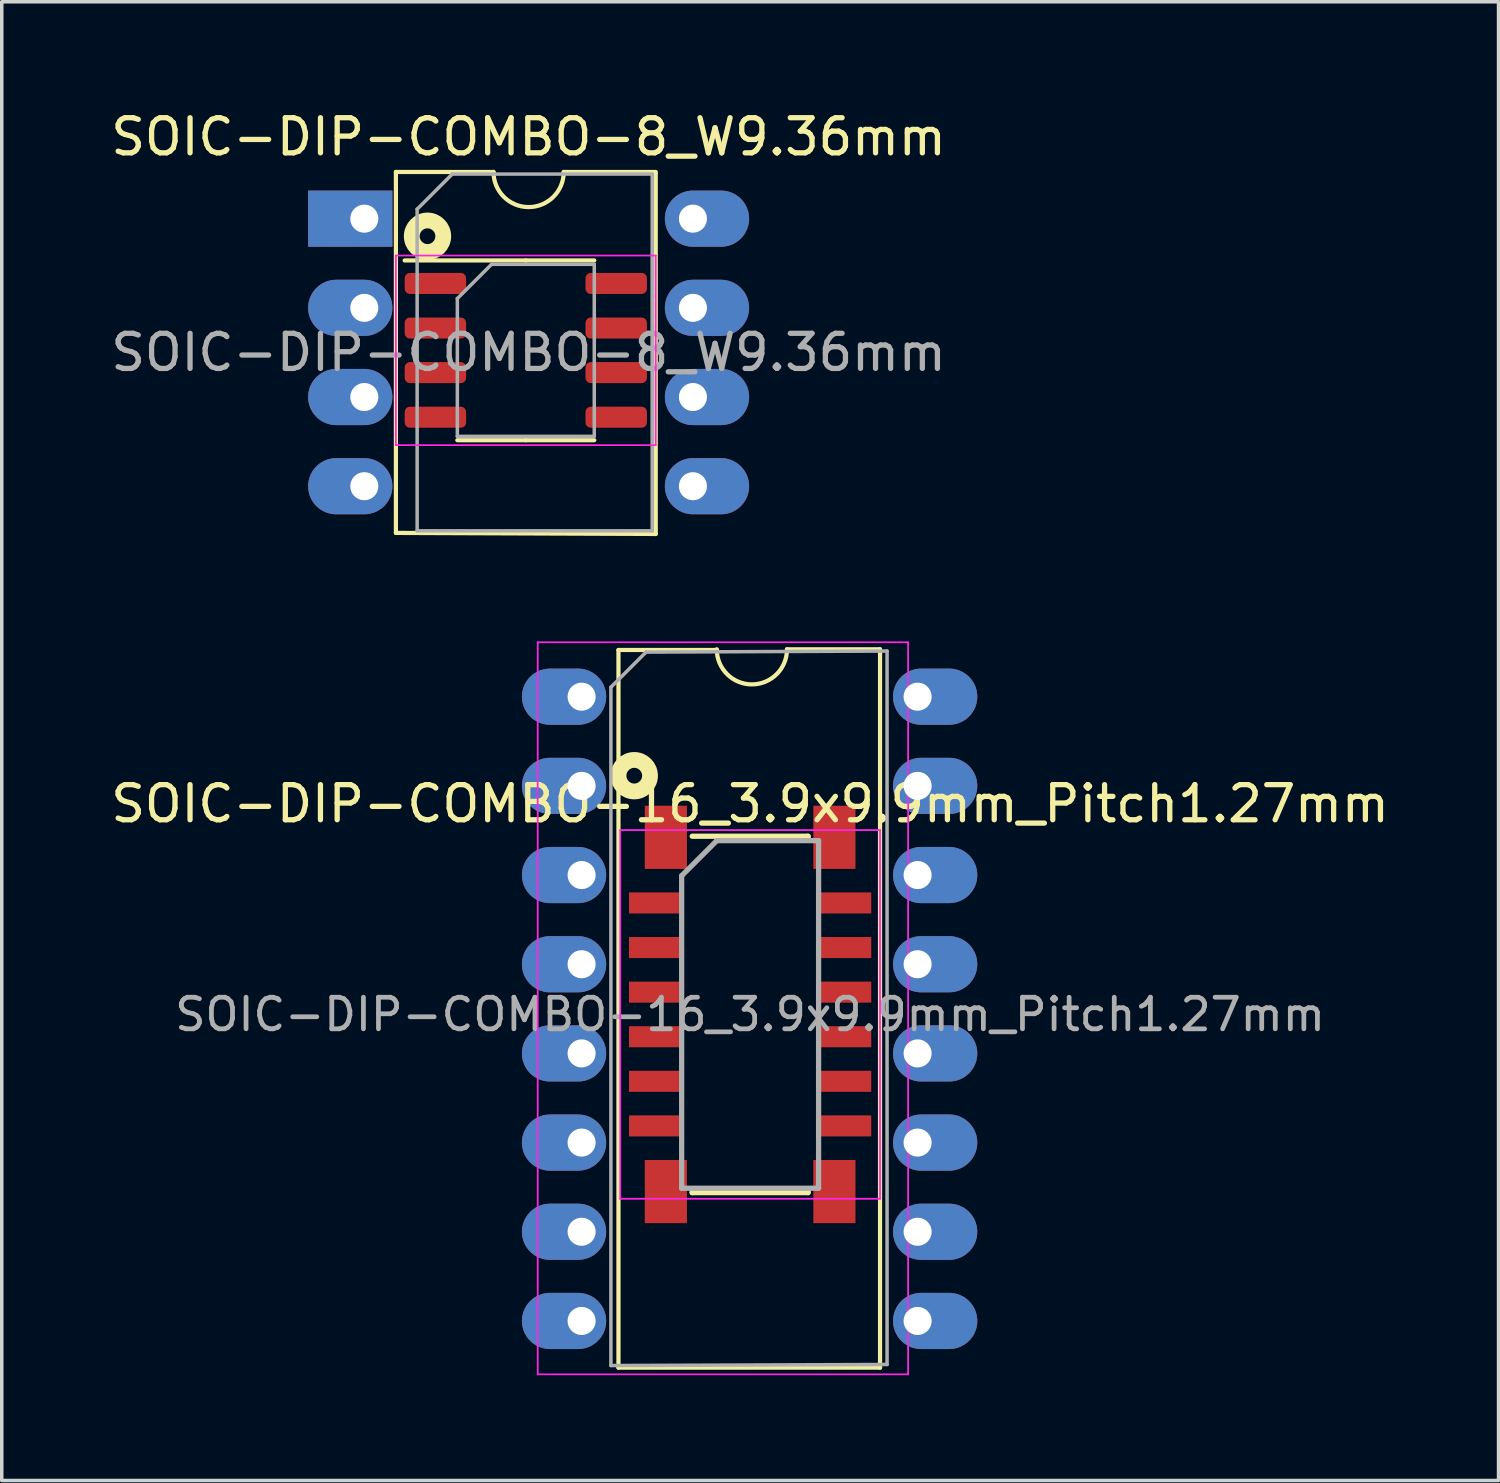
<source format=kicad_pcb>
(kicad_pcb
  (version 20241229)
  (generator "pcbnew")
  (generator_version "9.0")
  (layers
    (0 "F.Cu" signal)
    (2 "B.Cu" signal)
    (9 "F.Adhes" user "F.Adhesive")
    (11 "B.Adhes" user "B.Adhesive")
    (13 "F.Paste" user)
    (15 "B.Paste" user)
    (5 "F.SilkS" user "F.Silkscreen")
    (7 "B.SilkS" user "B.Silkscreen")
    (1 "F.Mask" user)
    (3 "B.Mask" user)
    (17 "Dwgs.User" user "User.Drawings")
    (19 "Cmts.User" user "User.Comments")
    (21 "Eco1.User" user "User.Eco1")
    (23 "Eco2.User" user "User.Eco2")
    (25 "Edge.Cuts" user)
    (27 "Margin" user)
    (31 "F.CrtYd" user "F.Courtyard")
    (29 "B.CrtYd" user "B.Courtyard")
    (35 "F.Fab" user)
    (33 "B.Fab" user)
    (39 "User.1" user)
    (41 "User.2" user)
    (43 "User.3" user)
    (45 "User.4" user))
  (footprint "SOIC-DIP-COMBO-8_W9.36mm"
    (layer "F.Cu")
    (at 6.926 3.178)
    (property "Reference" "SOIC-DIP-COMBO-8_W9.36mm" (at 5.08 -2.33 0) (layer "F.SilkS") (effects (font (size 1 1) (thickness 0.15))))
    (attr through_hole)
    (fp_line (start 1.3 -1.33) (end 1.3 8.95) (stroke (width 0.12) (type solid)) (layer "F.SilkS"))
    (fp_line (start 1.3 8.95) (end 8.7 8.98) (stroke (width 0.12) (type solid)) (layer "F.SilkS"))
    (fp_line (start 4.08 -1.33) (end 1.3 -1.33) (stroke (width 0.12) (type solid)) (layer "F.SilkS"))
    (fp_line (start 5 1.19) (end 1.55 1.19) (stroke (width 0.12) (type solid)) (layer "F.SilkS"))
    (fp_line (start 5 1.19) (end 6.95 1.19) (stroke (width 0.12) (type solid)) (layer "F.SilkS"))
    (fp_line (start 5 6.31) (end 3.05 6.31) (stroke (width 0.12) (type solid)) (layer "F.SilkS"))
    (fp_line (start 5 6.31) (end 6.95 6.31) (stroke (width 0.12) (type solid)) (layer "F.SilkS"))
    (fp_line (start 8.7 -1.33) (end 6.08 -1.33) (stroke (width 0.12) (type solid)) (layer "F.SilkS"))
    (fp_line (start 8.7 8.98) (end 8.7 -1.3) (stroke (width 0.12) (type solid)) (layer "F.SilkS"))
    (fp_arc (start 6.08 -1.33) (mid 5.08 -0.33) (end 4.08 -1.33) (stroke (width 0.12) (type solid)) (layer "F.SilkS"))
    (fp_circle (center 2.2 0.5) (end 2.4 0.6) (stroke (width 0.45) (type solid)) (fill no) (layer "F.SilkS"))
    (fp_line (start 1.3 1.05) (end 1.3 6.45) (stroke (width 0.05) (type solid)) (layer "F.CrtYd"))
    (fp_line (start 1.3 6.45) (end 8.7 6.45) (stroke (width 0.05) (type solid)) (layer "F.CrtYd"))
    (fp_line (start 8.7 1.05) (end 1.3 1.05) (stroke (width 0.05) (type solid)) (layer "F.CrtYd"))
    (fp_line (start 8.7 6.45) (end 8.7 1.05) (stroke (width 0.05) (type solid)) (layer "F.CrtYd"))
    (fp_line (start 1.905 -0.27) (end 2.905 -1.27) (stroke (width 0.1) (type solid)) (layer "F.Fab"))
    (fp_line (start 1.905 8.89) (end 1.905 -0.27) (stroke (width 0.1) (type solid)) (layer "F.Fab"))
    (fp_line (start 2.905 -1.27) (end 8.6 -1.27) (stroke (width 0.1) (type solid)) (layer "F.Fab"))
    (fp_line (start 3.05 2.275) (end 4.025 1.3) (stroke (width 0.1) (type solid)) (layer "F.Fab"))
    (fp_line (start 3.05 6.2) (end 3.05 2.275) (stroke (width 0.1) (type solid)) (layer "F.Fab"))
    (fp_line (start 4.025 1.3) (end 6.95 1.3) (stroke (width 0.1) (type solid)) (layer "F.Fab"))
    (fp_line (start 6.95 1.3) (end 6.95 6.2) (stroke (width 0.1) (type solid)) (layer "F.Fab"))
    (fp_line (start 6.95 6.2) (end 3.05 6.2) (stroke (width 0.1) (type solid)) (layer "F.Fab"))
    (fp_line (start 8.6 -1.27) (end 8.6 8.89) (stroke (width 0.1) (type solid)) (layer "F.Fab"))
    (fp_line (start 8.6 8.89) (end 1.905 8.89) (stroke (width 0.1) (type solid)) (layer "F.Fab"))
    (fp_text user "${REFERENCE}" (at 5.08 3.81 0) (layer "F.Fab") (effects (font (size 1 1) (thickness 0.15))))
    (pad "1" thru_hole rect (at 0.4 0) (size 2.4 1.6) (drill 0.8 (offset -0.4 0)) (layers "*.Cu" "*.Mask"))
    (pad "1" smd roundrect (at 2.425 1.845) (size 1.75 0.6) (layers "F.Cu" "F.Mask" "F.Paste") (roundrect_rratio 0.25))
    (pad "2" thru_hole oval (at 0.4 2.54) (size 2.4 1.6) (drill 0.8 (offset -0.4 0)) (layers "*.Cu" "*.Mask"))
    (pad "2" smd roundrect (at 2.425 3.115) (size 1.75 0.6) (layers "F.Cu" "F.Mask" "F.Paste") (roundrect_rratio 0.25))
    (pad "3" thru_hole oval (at 0.4 5.08) (size 2.4 1.6) (drill 0.8 (offset -0.4 0)) (layers "*.Cu" "*.Mask"))
    (pad "3" smd roundrect (at 2.425 4.385) (size 1.75 0.6) (layers "F.Cu" "F.Mask" "F.Paste") (roundrect_rratio 0.25))
    (pad "4" thru_hole oval (at 0.4 7.62) (size 2.4 1.6) (drill 0.8 (offset -0.4 0)) (layers "*.Cu" "*.Mask"))
    (pad "4" smd roundrect (at 2.425 5.655) (size 1.75 0.6) (layers "F.Cu" "F.Mask" "F.Paste") (roundrect_rratio 0.25))
    (pad "5" smd roundrect (at 7.575 5.655) (size 1.75 0.6) (layers "F.Cu" "F.Mask" "F.Paste") (roundrect_rratio 0.25))
    (pad "5" thru_hole oval (at 9.76 7.62) (size 2.4 1.6) (drill 0.8 (offset 0.4 0)) (layers "*.Cu" "*.Mask"))
    (pad "6" smd roundrect (at 7.575 4.385) (size 1.75 0.6) (layers "F.Cu" "F.Mask" "F.Paste") (roundrect_rratio 0.25))
    (pad "6" thru_hole oval (at 9.76 5.08) (size 2.4 1.6) (drill 0.8 (offset 0.4 0)) (layers "*.Cu" "*.Mask"))
    (pad "7" smd roundrect (at 7.575 3.115) (size 1.75 0.6) (layers "F.Cu" "F.Mask" "F.Paste") (roundrect_rratio 0.25))
    (pad "7" thru_hole oval (at 9.76 2.54) (size 2.4 1.6) (drill 0.8 (offset 0.4 0)) (layers "*.Cu" "*.Mask"))
    (pad "8" smd roundrect (at 7.575 1.845) (size 1.75 0.6) (layers "F.Cu" "F.Mask" "F.Paste") (roundrect_rratio 0.25))
    (pad "8" thru_hole oval (at 9.76 0) (size 2.4 1.6) (drill 0.8 (offset 0.4 0)) (layers "*.Cu" "*.Mask")))
  (footprint "SOIC-DIP-COMBO-16_3.9x9.9mm_Pitch1.27mm"
    (layer "F.Cu")
    (at 18.315 25.843)
    (property "Reference" "SOIC-DIP-COMBO-16_3.9x9.9mm_Pitch1.27mm" (at 0 -6 0) (layer "F.SilkS") (effects (font (size 1 1) (thickness 0.15))))
    (attr smd)
    (fp_line (start -3.75 -10.38) (end -3.75 10.06) (stroke (width 0.12) (type solid)) (layer "F.SilkS"))
    (fp_line (start -3.75 10.06) (end 3.7 10.06) (stroke (width 0.12) (type solid)) (layer "F.SilkS"))
    (fp_line (start -1.65 -5.075) (end 1.65 -5.075) (stroke (width 0.15) (type solid)) (layer "F.SilkS"))
    (fp_line (start -1.65 5.075) (end -1.65 4.97) (stroke (width 0.15) (type solid)) (layer "F.SilkS"))
    (fp_line (start -1.65 5.075) (end 1.65 5.075) (stroke (width 0.15) (type solid)) (layer "F.SilkS"))
    (fp_line (start -0.95 -10.38) (end -3.75 -10.38) (stroke (width 0.12) (type solid)) (layer "F.SilkS"))
    (fp_line (start 1.65 -5.075) (end 1.65 -4.97) (stroke (width 0.15) (type solid)) (layer "F.SilkS"))
    (fp_line (start 1.65 5.075) (end 1.65 4.97) (stroke (width 0.15) (type solid)) (layer "F.SilkS"))
    (fp_line (start 3.7 -10.4) (end 1.05 -10.4) (stroke (width 0.12) (type solid)) (layer "F.SilkS"))
    (fp_line (start 3.7 10.06) (end 3.7 -10.4) (stroke (width 0.12) (type solid)) (layer "F.SilkS"))
    (fp_arc (start 1.05 -10.4) (mid 0.05 -9.4) (end -0.95 -10.4) (stroke (width 0.12) (type solid)) (layer "F.SilkS"))
    (fp_circle (center -3.3 -6.8) (end -3.1 -6.7) (stroke (width 0.45) (type solid)) (fill no) (layer "F.SilkS"))
    (fp_line (start -6.05 -10.6) (end -6.05 10.25) (stroke (width 0.05) (type solid)) (layer "F.CrtYd"))
    (fp_line (start -6.05 10.25) (end 4.5 10.25) (stroke (width 0.05) (type solid)) (layer "F.CrtYd"))
    (fp_line (start -3.7 -5.25) (end -3.7 5.25) (stroke (width 0.05) (type solid)) (layer "F.CrtYd"))
    (fp_line (start -3.7 -5.25) (end 3.7 -5.25) (stroke (width 0.05) (type solid)) (layer "F.CrtYd"))
    (fp_line (start -3.7 5.25) (end 3.7 5.25) (stroke (width 0.05) (type solid)) (layer "F.CrtYd"))
    (fp_line (start 3.7 -5.25) (end 3.7 5.25) (stroke (width 0.05) (type solid)) (layer "F.CrtYd"))
    (fp_line (start 4.5 -10.6) (end -6.05 -10.6) (stroke (width 0.05) (type solid)) (layer "F.CrtYd"))
    (fp_line (start 4.5 10.25) (end 4.5 -10.6) (stroke (width 0.05) (type solid)) (layer "F.CrtYd"))
    (fp_line (start -3.965 -9.32) (end -2.965 -10.32) (stroke (width 0.1) (type solid)) (layer "F.Fab"))
    (fp_line (start -3.965 10) (end -3.965 -9.32) (stroke (width 0.1) (type solid)) (layer "F.Fab"))
    (fp_line (start -2.965 -10.32) (end 3.9 -10.35) (stroke (width 0.1) (type solid)) (layer "F.Fab"))
    (fp_line (start -1.95 -3.95) (end -0.95 -4.95) (stroke (width 0.15) (type solid)) (layer "F.Fab"))
    (fp_line (start -1.95 4.95) (end -1.95 -3.95) (stroke (width 0.15) (type solid)) (layer "F.Fab"))
    (fp_line (start -0.95 -4.95) (end 1.95 -4.95) (stroke (width 0.15) (type solid)) (layer "F.Fab"))
    (fp_line (start 1.95 -4.95) (end 1.95 4.95) (stroke (width 0.15) (type solid)) (layer "F.Fab"))
    (fp_line (start 1.95 4.95) (end -1.95 4.95) (stroke (width 0.15) (type solid)) (layer "F.Fab"))
    (fp_line (start 3.9 -10.35) (end 3.9 9.97) (stroke (width 0.1) (type solid)) (layer "F.Fab"))
    (fp_line (start 3.9 9.97) (end -3.965 10) (stroke (width 0.1) (type solid)) (layer "F.Fab"))
    (fp_text user "${REFERENCE}" (at 0 0 0) (layer "F.Fab") (effects (font (size 0.9 0.9) (thickness 0.135))))
    (pad "1" smd oval (at -5.3 -9.05) (size 2.4 1.6) (layers "F.Cu" "F.Mask"))
    (pad "1" smd oval (at -5.3 -9.05) (size 2.4 1.6) (layers "B.Cu" "B.Mask"))
    (pad "1" thru_hole oval (at -4.8 -9.05) (size 0.81 0.81) (drill 0.8) (layers "*.Cu" "*.Mask"))
    (pad "1" smd rect (at -2.4 -5.045) (size 1.2 1.8) (layers "F.Cu" "F.Mask" "F.Paste"))
    (pad "2" smd oval (at -5.3 -6.51) (size 2.4 1.6) (layers "F.Cu" "F.Mask"))
    (pad "2" smd oval (at -5.3 -6.51) (size 2.4 1.6) (layers "B.Cu" "B.Mask"))
    (pad "2" thru_hole oval (at -4.8 -6.51) (size 0.81 0.81) (drill 0.8) (layers "*.Cu" "*.Mask"))
    (pad "2" smd rect (at -2.7 -3.175) (size 1.5 0.6) (layers "F.Cu" "F.Mask" "F.Paste"))
    (pad "3" smd oval (at -5.3 -3.97) (size 2.4 1.6) (layers "F.Cu" "F.Mask"))
    (pad "3" smd oval (at -5.3 -3.97) (size 2.4 1.6) (layers "B.Cu" "B.Mask"))
    (pad "3" thru_hole oval (at -4.8 -3.97) (size 0.81 0.81) (drill 0.8) (layers "*.Cu" "*.Mask"))
    (pad "3" smd rect (at -2.7 -1.905) (size 1.5 0.6) (layers "F.Cu" "F.Mask" "F.Paste"))
    (pad "4" smd oval (at -5.3 -1.43) (size 2.4 1.6) (layers "F.Cu" "F.Mask"))
    (pad "4" smd oval (at -5.3 -1.43) (size 2.4 1.6) (layers "B.Cu" "B.Mask"))
    (pad "4" thru_hole oval (at -4.8 -1.43) (size 0.81 0.81) (drill 0.8) (layers "*.Cu" "*.Mask"))
    (pad "4" smd rect (at -2.7 -0.635) (size 1.5 0.6) (layers "F.Cu" "F.Mask" "F.Paste"))
    (pad "5" smd oval (at -5.3 1.11) (size 2.4 1.6) (layers "F.Cu" "F.Mask"))
    (pad "5" smd oval (at -5.3 1.11) (size 2.4 1.6) (layers "B.Cu" "B.Mask"))
    (pad "5" thru_hole oval (at -4.8 1.11) (size 0.81 0.81) (drill 0.8) (layers "*.Cu" "*.Mask"))
    (pad "5" smd rect (at -2.7 0.635) (size 1.5 0.6) (layers "F.Cu" "F.Mask" "F.Paste"))
    (pad "6" smd oval (at -5.3 3.65) (size 2.4 1.6) (layers "F.Cu" "F.Mask"))
    (pad "6" smd oval (at -5.3 3.65) (size 2.4 1.6) (layers "B.Cu" "B.Mask"))
    (pad "6" thru_hole oval (at -4.8 3.65) (size 0.81 0.81) (drill 0.8) (layers "*.Cu" "*.Mask"))
    (pad "6" smd rect (at -2.7 1.905) (size 1.5 0.6) (layers "F.Cu" "F.Mask" "F.Paste"))
    (pad "7" smd oval (at -5.3 6.19) (size 2.4 1.6) (layers "F.Cu" "F.Mask"))
    (pad "7" smd oval (at -5.3 6.19) (size 2.4 1.6) (layers "B.Cu" "B.Mask"))
    (pad "7" thru_hole oval (at -4.8 6.19) (size 0.81 0.81) (drill 0.8) (layers "*.Cu" "*.Mask"))
    (pad "7" smd rect (at -2.7 3.175) (size 1.5 0.6) (layers "F.Cu" "F.Mask" "F.Paste"))
    (pad "8" smd oval (at -5.3 8.73) (size 2.4 1.6) (layers "F.Cu" "F.Mask"))
    (pad "8" smd oval (at -5.3 8.73) (size 2.4 1.6) (layers "B.Cu" "B.Mask"))
    (pad "8" thru_hole oval (at -4.8 8.73) (size 0.81 0.81) (drill 0.8) (layers "*.Cu" "*.Mask"))
    (pad "8" smd rect (at -2.4 5.045) (size 1.2 1.8) (layers "F.Cu" "F.Mask" "F.Paste"))
    (pad "9" smd rect (at 2.4 5.045) (size 1.2 1.8) (layers "F.Cu" "F.Mask" "F.Paste"))
    (pad "9" thru_hole oval (at 4.77 8.73) (size 0.81 0.81) (drill 0.8) (layers "*.Cu" "*.Mask"))
    (pad "9" smd oval (at 5.27 8.73) (size 2.4 1.6) (layers "F.Cu" "F.Mask"))
    (pad "9" smd oval (at 5.27 8.73) (size 2.4 1.6) (layers "B.Cu" "B.Mask"))
    (pad "10" smd rect (at 2.7 3.175) (size 1.5 0.6) (layers "F.Cu" "F.Mask" "F.Paste"))
    (pad "10" thru_hole oval (at 4.77 6.19) (size 0.81 0.81) (drill 0.8) (layers "*.Cu" "*.Mask"))
    (pad "10" smd oval (at 5.27 6.19) (size 2.4 1.6) (layers "F.Cu" "F.Mask"))
    (pad "10" smd oval (at 5.27 6.19) (size 2.4 1.6) (layers "B.Cu" "B.Mask"))
    (pad "11" smd rect (at 2.7 1.905) (size 1.5 0.6) (layers "F.Cu" "F.Mask" "F.Paste"))
    (pad "11" thru_hole oval (at 4.77 3.65) (size 0.81 0.81) (drill 0.8) (layers "*.Cu" "*.Mask"))
    (pad "11" smd oval (at 5.27 3.65) (size 2.4 1.6) (layers "F.Cu" "F.Mask"))
    (pad "11" smd oval (at 5.27 3.65) (size 2.4 1.6) (layers "B.Cu" "B.Mask"))
    (pad "12" smd rect (at 2.7 0.635) (size 1.5 0.6) (layers "F.Cu" "F.Mask" "F.Paste"))
    (pad "12" thru_hole oval (at 4.77 1.11) (size 0.81 0.81) (drill 0.8) (layers "*.Cu" "*.Mask"))
    (pad "12" smd oval (at 5.27 1.11) (size 2.4 1.6) (layers "F.Cu" "F.Mask"))
    (pad "12" smd oval (at 5.27 1.11) (size 2.4 1.6) (layers "B.Cu" "B.Mask"))
    (pad "13" smd rect (at 2.7 -0.635) (size 1.5 0.6) (layers "F.Cu" "F.Mask" "F.Paste"))
    (pad "13" thru_hole oval (at 4.77 -1.43) (size 0.81 0.81) (drill 0.8) (layers "*.Cu" "*.Mask"))
    (pad "13" smd oval (at 5.27 -1.43) (size 2.4 1.6) (layers "F.Cu" "F.Mask"))
    (pad "13" smd oval (at 5.27 -1.43) (size 2.4 1.6) (layers "B.Cu" "B.Mask"))
    (pad "14" smd rect (at 2.7 -1.905) (size 1.5 0.6) (layers "F.Cu" "F.Mask" "F.Paste"))
    (pad "14" thru_hole oval (at 4.77 -3.97) (size 0.81 0.81) (drill 0.8) (layers "*.Cu" "*.Mask"))
    (pad "14" smd oval (at 5.27 -3.97) (size 2.4 1.6) (layers "F.Cu" "F.Mask"))
    (pad "14" smd oval (at 5.27 -3.97) (size 2.4 1.6) (layers "B.Cu" "B.Mask"))
    (pad "15" smd rect (at 2.7 -3.175) (size 1.5 0.6) (layers "F.Cu" "F.Mask" "F.Paste"))
    (pad "15" thru_hole oval (at 4.77 -6.51) (size 0.81 0.81) (drill 0.8) (layers "*.Cu" "*.Mask"))
    (pad "15" smd oval (at 5.27 -6.51) (size 2.4 1.6) (layers "F.Cu" "F.Mask"))
    (pad "15" smd oval (at 5.27 -6.51) (size 2.4 1.6) (layers "B.Cu" "B.Mask"))
    (pad "16" smd rect (at 2.4 -5.045) (size 1.2 1.8) (layers "F.Cu" "F.Mask" "F.Paste"))
    (pad "16" thru_hole oval (at 4.77 -9.05) (size 0.81 0.81) (drill 0.8) (layers "*.Cu" "*.Mask"))
    (pad "16" smd oval (at 5.27 -9.05) (size 2.4 1.6) (layers "F.Cu" "F.Mask"))
    (pad "16" smd oval (at 5.27 -9.05) (size 2.4 1.6) (layers "B.Cu" "B.Mask")))
  (gr_rect
    (start -3 -3)
    (end 39.631 39.118)
    (stroke (width 0.1) (type default))
    (fill no)
    (layer "Edge.Cuts")))
</source>
